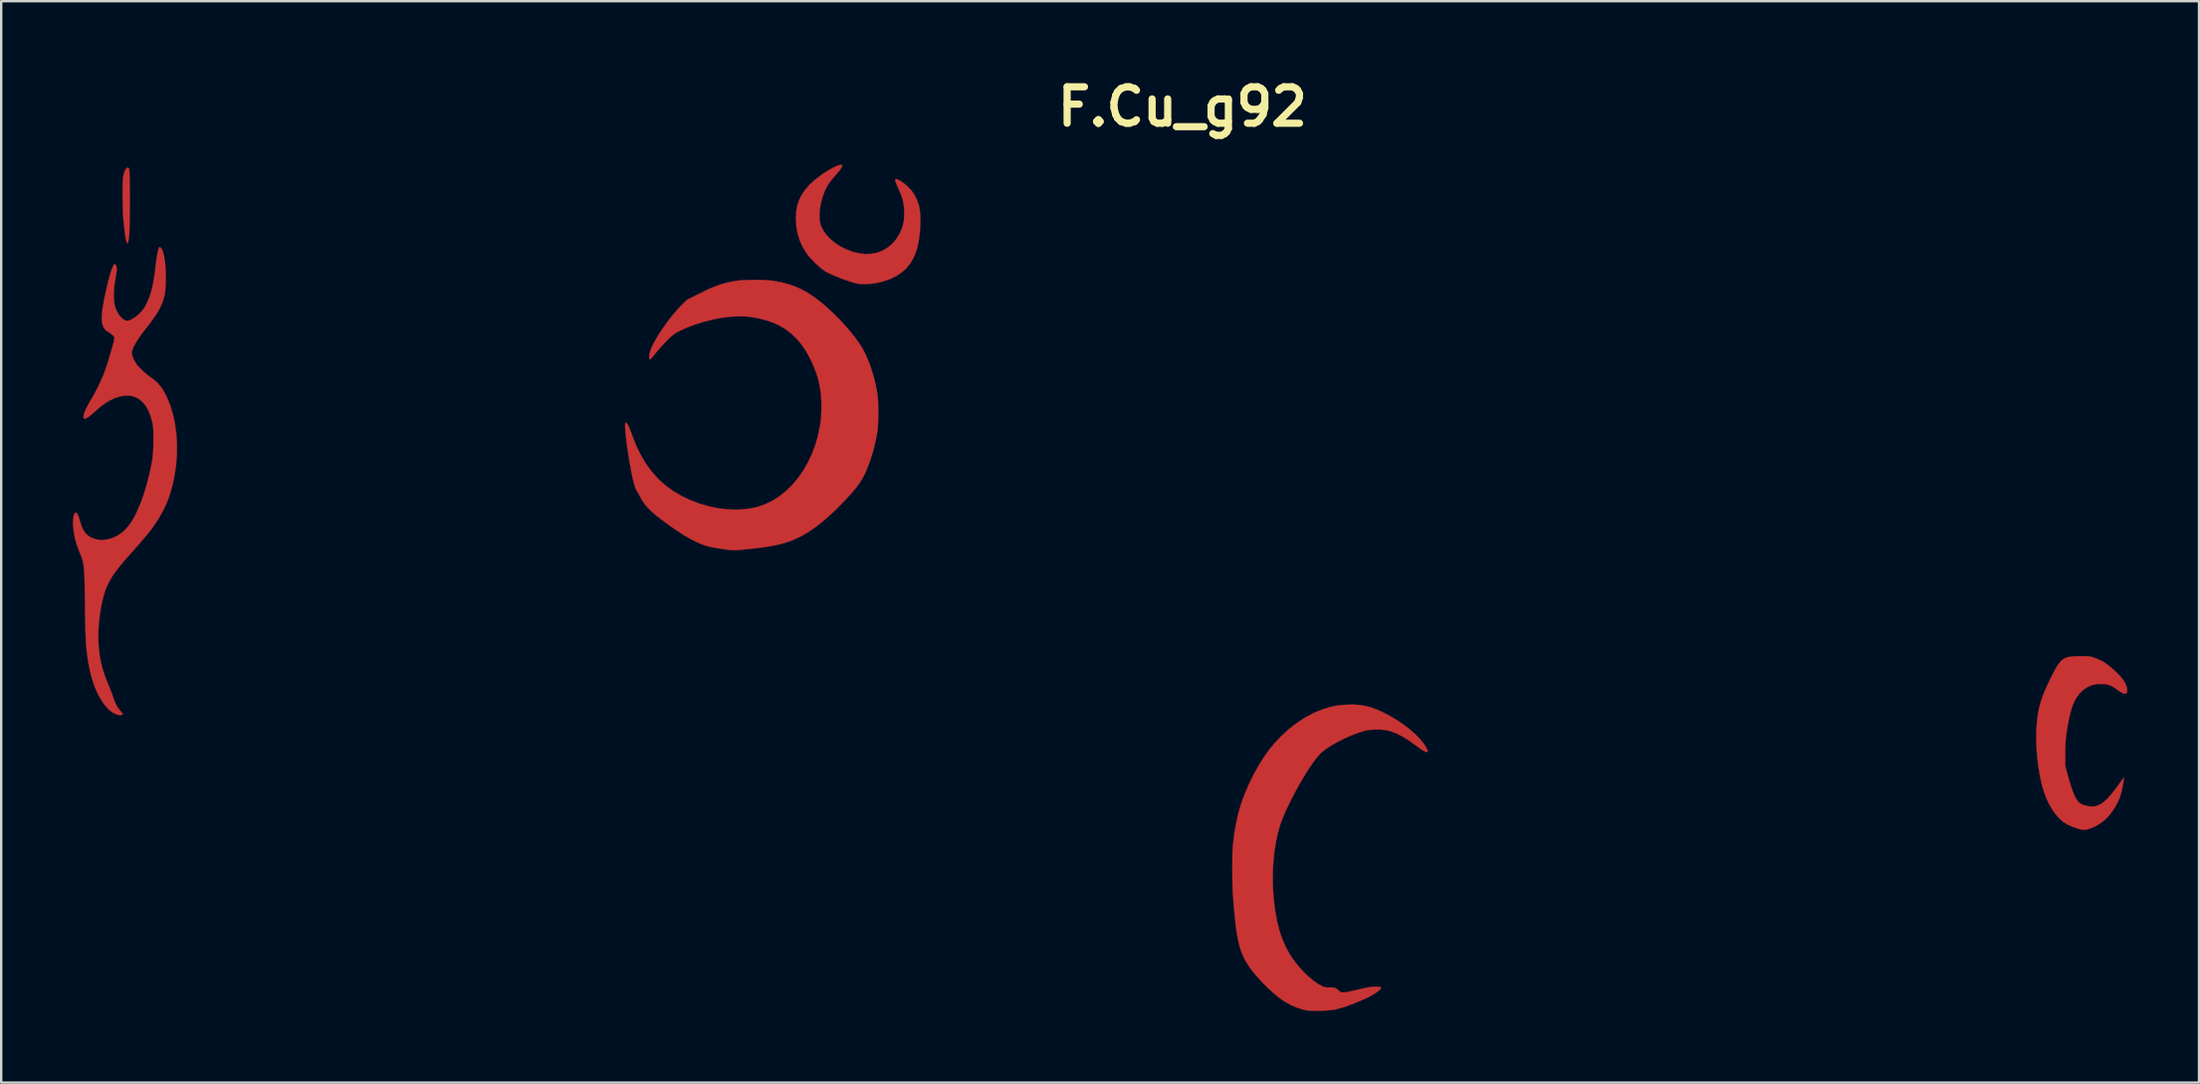
<source format=kicad_pcb>
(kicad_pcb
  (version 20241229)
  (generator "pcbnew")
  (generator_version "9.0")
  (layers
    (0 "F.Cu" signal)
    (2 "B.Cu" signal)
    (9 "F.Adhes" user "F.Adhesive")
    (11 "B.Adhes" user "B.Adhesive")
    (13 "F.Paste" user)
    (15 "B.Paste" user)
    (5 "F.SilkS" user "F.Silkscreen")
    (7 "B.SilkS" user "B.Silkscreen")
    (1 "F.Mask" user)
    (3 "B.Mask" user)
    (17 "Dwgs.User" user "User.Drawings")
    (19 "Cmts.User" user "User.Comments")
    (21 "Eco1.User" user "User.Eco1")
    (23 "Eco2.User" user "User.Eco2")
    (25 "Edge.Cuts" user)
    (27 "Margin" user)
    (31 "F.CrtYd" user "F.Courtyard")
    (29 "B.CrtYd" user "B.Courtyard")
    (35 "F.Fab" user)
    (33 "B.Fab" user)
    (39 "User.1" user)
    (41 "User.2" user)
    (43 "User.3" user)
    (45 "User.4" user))
  (footprint "F.Cu_g92"
    (layer "F.Cu")
    (at 46.438 1.418)
    (property "Reference" "F.Cu_g92" (at 0 0 0) (layer "F.SilkS") (effects (font (size 1.524 1.524) (thickness 0.3))))
    (attr through_hole)
    (fp_poly (pts (xy -44.12 2.551) (xy -44.087 2.592) (xy -44.085 2.597) (xy -44.079 2.631) (xy -44.074 2.704) (xy -44.069 2.81) (xy -44.065 2.945) (xy -44.062 3.105) (xy -44.06 3.285) (xy -44.058 3.48) (xy -44.057 3.688) (xy -44.056 3.901) (xy -44.057 4.118) (xy -44.058 4.332) (xy -44.059 4.541) (xy -44.062 4.738) (xy -44.065 4.92) (xy -44.068 5.083) (xy -44.073 5.221) (xy -44.078 5.331) (xy -44.084 5.408) (xy -44.086 5.429) (xy -44.106 5.559) (xy -44.124 5.649) (xy -44.14 5.701) (xy -44.156 5.717) (xy -44.173 5.698) (xy -44.193 5.647) (xy -44.206 5.604) (xy -44.225 5.519) (xy -44.246 5.393) (xy -44.268 5.23) (xy -44.291 5.03) (xy -44.315 4.796) (xy -44.327 4.667) (xy -44.334 4.564) (xy -44.341 4.427) (xy -44.346 4.263) (xy -44.351 4.082) (xy -44.353 3.891) (xy -44.355 3.698) (xy -44.355 3.694) (xy -44.354 3.498) (xy -44.353 3.339) (xy -44.351 3.212) (xy -44.348 3.111) (xy -44.343 3.03) (xy -44.337 2.964) (xy -44.328 2.908) (xy -44.317 2.856) (xy -44.317 2.854) (xy -44.283 2.736) (xy -44.243 2.644) (xy -44.201 2.581) (xy -44.159 2.548) (xy -44.12 2.551)) (stroke (width 0.01) (type solid)) (fill yes) (layer "F.Cu"))
    (fp_poly (pts (xy -14.249 2.44) (xy -14.237 2.452) (xy -14.238 2.489) (xy -14.267 2.55) (xy -14.323 2.633) (xy -14.402 2.734) (xy -14.501 2.847) (xy -14.651 3.018) (xy -14.772 3.175) (xy -14.87 3.33) (xy -14.953 3.493) (xy -15.025 3.675) (xy -15.061 3.779) (xy -15.128 4.02) (xy -15.172 4.261) (xy -15.192 4.492) (xy -15.188 4.705) (xy -15.166 4.856) (xy -15.111 5.026) (xy -15.018 5.199) (xy -14.893 5.369) (xy -14.739 5.533) (xy -14.561 5.684) (xy -14.364 5.817) (xy -14.328 5.838) (xy -14.056 5.975) (xy -13.786 6.075) (xy -13.519 6.139) (xy -13.259 6.165) (xy -13.008 6.154) (xy -12.77 6.106) (xy -12.547 6.02) (xy -12.535 6.013) (xy -12.321 5.882) (xy -12.131 5.718) (xy -11.967 5.525) (xy -11.834 5.306) (xy -11.752 5.117) (xy -11.703 4.966) (xy -11.67 4.826) (xy -11.651 4.682) (xy -11.644 4.522) (xy -11.647 4.348) (xy -11.658 4.174) (xy -11.679 4.018) (xy -11.713 3.87) (xy -11.762 3.718) (xy -11.831 3.549) (xy -11.888 3.426) (xy -11.933 3.325) (xy -11.972 3.231) (xy -12.001 3.154) (xy -12.016 3.104) (xy -12.016 3.103) (xy -12.021 3.052) (xy -12.011 3.031) (xy -11.978 3.027) (xy -11.976 3.027) (xy -11.924 3.041) (xy -11.848 3.079) (xy -11.754 3.138) (xy -11.648 3.214) (xy -11.544 3.296) (xy -11.373 3.466) (xy -11.228 3.665) (xy -11.112 3.89) (xy -11.028 4.133) (xy -11.027 4.138) (xy -10.995 4.305) (xy -10.975 4.504) (xy -10.968 4.725) (xy -10.972 4.962) (xy -10.987 5.204) (xy -11.013 5.445) (xy -11.049 5.674) (xy -11.094 5.884) (xy -11.141 6.045) (xy -11.249 6.309) (xy -11.384 6.543) (xy -11.546 6.748) (xy -11.738 6.925) (xy -11.961 7.076) (xy -12.215 7.202) (xy -12.503 7.303) (xy -12.761 7.367) (xy -12.907 7.392) (xy -13.068 7.41) (xy -13.232 7.42) (xy -13.388 7.421) (xy -13.525 7.414) (xy -13.626 7.399) (xy -13.763 7.363) (xy -13.925 7.312) (xy -14.104 7.251) (xy -14.288 7.183) (xy -14.471 7.111) (xy -14.643 7.038) (xy -14.794 6.968) (xy -14.917 6.906) (xy -14.947 6.888) (xy -15.051 6.817) (xy -15.172 6.72) (xy -15.301 6.605) (xy -15.431 6.479) (xy -15.553 6.351) (xy -15.658 6.229) (xy -15.74 6.121) (xy -15.742 6.117) (xy -15.897 5.858) (xy -16.016 5.598) (xy -16.1 5.33) (xy -16.153 5.047) (xy -16.175 4.74) (xy -16.177 4.646) (xy -16.162 4.383) (xy -16.118 4.137) (xy -16.042 3.905) (xy -15.933 3.685) (xy -15.789 3.474) (xy -15.608 3.269) (xy -15.389 3.067) (xy -15.13 2.867) (xy -15.032 2.798) (xy -14.879 2.698) (xy -14.733 2.611) (xy -14.597 2.539) (xy -14.477 2.484) (xy -14.376 2.448) (xy -14.299 2.433) (xy -14.249 2.44)) (stroke (width 0.01) (type solid)) (fill yes) (layer "F.Cu"))
    (fp_poly (pts (xy 37.732 22.999) (xy 37.838 23) (xy 37.918 23.004) (xy 37.981 23.011) (xy 38.035 23.021) (xy 38.089 23.036) (xy 38.15 23.057) (xy 38.153 23.058) (xy 38.318 23.122) (xy 38.469 23.194) (xy 38.614 23.279) (xy 38.759 23.383) (xy 38.913 23.511) (xy 39.084 23.667) (xy 39.103 23.685) (xy 39.263 23.852) (xy 39.388 24.013) (xy 39.476 24.165) (xy 39.527 24.308) (xy 39.539 24.412) (xy 39.532 24.494) (xy 39.508 24.547) (xy 39.466 24.569) (xy 39.403 24.561) (xy 39.316 24.523) (xy 39.204 24.455) (xy 39.119 24.395) (xy 38.995 24.31) (xy 38.891 24.248) (xy 38.796 24.206) (xy 38.7 24.18) (xy 38.592 24.164) (xy 38.519 24.158) (xy 38.291 24.161) (xy 38.08 24.203) (xy 37.885 24.284) (xy 37.706 24.404) (xy 37.615 24.486) (xy 37.502 24.611) (xy 37.404 24.75) (xy 37.319 24.908) (xy 37.244 25.089) (xy 37.178 25.3) (xy 37.118 25.545) (xy 37.087 25.699) (xy 37.042 25.939) (xy 37.007 26.15) (xy 36.982 26.342) (xy 36.964 26.529) (xy 36.953 26.721) (xy 36.948 26.929) (xy 36.947 27.093) (xy 36.946 27.591) (xy 37.038 27.929) (xy 37.111 28.191) (xy 37.179 28.415) (xy 37.243 28.603) (xy 37.303 28.76) (xy 37.362 28.888) (xy 37.421 28.992) (xy 37.482 29.073) (xy 37.508 29.103) (xy 37.562 29.151) (xy 37.623 29.188) (xy 37.704 29.221) (xy 37.771 29.243) (xy 37.921 29.28) (xy 38.063 29.293) (xy 38.198 29.28) (xy 38.33 29.239) (xy 38.462 29.169) (xy 38.597 29.067) (xy 38.738 28.933) (xy 38.887 28.764) (xy 39.047 28.558) (xy 39.146 28.422) (xy 39.222 28.316) (xy 39.289 28.223) (xy 39.344 28.148) (xy 39.383 28.097) (xy 39.402 28.073) (xy 39.403 28.073) (xy 39.402 28.094) (xy 39.396 28.149) (xy 39.385 28.23) (xy 39.37 28.329) (xy 39.368 28.342) (xy 39.314 28.629) (xy 39.239 28.886) (xy 39.14 29.123) (xy 39.012 29.351) (xy 38.851 29.578) (xy 38.803 29.639) (xy 38.672 29.783) (xy 38.523 29.914) (xy 38.363 30.028) (xy 38.198 30.124) (xy 38.033 30.197) (xy 37.875 30.245) (xy 37.729 30.265) (xy 37.603 30.253) (xy 37.52 30.229) (xy 37.414 30.193) (xy 37.297 30.151) (xy 37.182 30.106) (xy 37.084 30.064) (xy 37.02 30.033) (xy 36.846 29.919) (xy 36.678 29.767) (xy 36.519 29.579) (xy 36.37 29.361) (xy 36.236 29.115) (xy 36.118 28.846) (xy 36.101 28.8) (xy 36.006 28.509) (xy 35.924 28.186) (xy 35.856 27.837) (xy 35.802 27.471) (xy 35.763 27.095) (xy 35.74 26.718) (xy 35.733 26.347) (xy 35.743 25.99) (xy 35.771 25.654) (xy 35.805 25.415) (xy 35.844 25.213) (xy 35.889 25.021) (xy 35.945 24.833) (xy 36.012 24.64) (xy 36.095 24.436) (xy 36.196 24.212) (xy 36.317 23.96) (xy 36.322 23.95) (xy 36.43 23.734) (xy 36.526 23.552) (xy 36.612 23.404) (xy 36.695 23.284) (xy 36.777 23.191) (xy 36.863 23.12) (xy 36.957 23.069) (xy 37.064 23.035) (xy 37.187 23.014) (xy 37.331 23.003) (xy 37.5 22.999) (xy 37.592 22.999) (xy 37.732 22.999)) (stroke (width 0.01) (type solid)) (fill yes) (layer "F.Cu"))
    (fp_poly (pts (xy 7.439 25.043) (xy 7.682 25.085) (xy 7.923 25.151) (xy 8.171 25.245) (xy 8.414 25.357) (xy 8.715 25.516) (xy 9.004 25.691) (xy 9.277 25.878) (xy 9.527 26.072) (xy 9.752 26.271) (xy 9.946 26.47) (xy 10.104 26.666) (xy 10.14 26.717) (xy 10.212 26.833) (xy 10.253 26.92) (xy 10.265 26.977) (xy 10.248 27.006) (xy 10.202 27.005) (xy 10.128 26.976) (xy 10.026 26.917) (xy 9.897 26.829) (xy 9.741 26.713) (xy 9.726 26.702) (xy 9.48 26.524) (xy 9.231 26.371) (xy 8.986 26.245) (xy 8.751 26.151) (xy 8.636 26.116) (xy 8.477 26.085) (xy 8.291 26.067) (xy 8.094 26.064) (xy 7.9 26.073) (xy 7.721 26.097) (xy 7.631 26.117) (xy 7.409 26.184) (xy 7.172 26.27) (xy 6.928 26.372) (xy 6.685 26.487) (xy 6.449 26.609) (xy 6.229 26.736) (xy 6.032 26.864) (xy 5.865 26.988) (xy 5.803 27.041) (xy 5.704 27.143) (xy 5.591 27.279) (xy 5.467 27.446) (xy 5.334 27.639) (xy 5.196 27.853) (xy 5.055 28.084) (xy 4.913 28.327) (xy 4.772 28.579) (xy 4.636 28.834) (xy 4.507 29.089) (xy 4.386 29.338) (xy 4.278 29.577) (xy 4.184 29.802) (xy 4.107 30.008) (xy 4.076 30.101) (xy 3.985 30.428) (xy 3.91 30.787) (xy 3.85 31.17) (xy 3.808 31.57) (xy 3.784 31.977) (xy 3.779 32.386) (xy 3.788 32.703) (xy 3.824 33.194) (xy 3.88 33.65) (xy 3.957 34.072) (xy 4.054 34.461) (xy 4.173 34.819) (xy 4.314 35.147) (xy 4.477 35.448) (xy 4.561 35.579) (xy 4.725 35.807) (xy 4.905 36.026) (xy 5.094 36.231) (xy 5.288 36.417) (xy 5.481 36.577) (xy 5.667 36.708) (xy 5.814 36.791) (xy 5.886 36.825) (xy 5.946 36.846) (xy 6.007 36.857) (xy 6.085 36.861) (xy 6.159 36.862) (xy 6.271 36.865) (xy 6.353 36.875) (xy 6.417 36.896) (xy 6.475 36.933) (xy 6.54 36.99) (xy 6.547 36.996) (xy 6.594 37.039) (xy 6.634 37.061) (xy 6.683 37.069) (xy 6.757 37.069) (xy 6.758 37.069) (xy 6.825 37.062) (xy 6.922 37.047) (xy 7.038 37.024) (xy 7.163 36.996) (xy 7.228 36.981) (xy 7.433 36.931) (xy 7.604 36.893) (xy 7.747 36.864) (xy 7.867 36.845) (xy 7.972 36.833) (xy 8.067 36.828) (xy 8.084 36.828) (xy 8.199 36.83) (xy 8.274 36.841) (xy 8.312 36.861) (xy 8.313 36.893) (xy 8.282 36.939) (xy 8.25 36.972) (xy 8.157 37.047) (xy 8.029 37.129) (xy 7.872 37.218) (xy 7.693 37.309) (xy 7.496 37.4) (xy 7.289 37.488) (xy 7.077 37.572) (xy 6.867 37.648) (xy 6.664 37.713) (xy 6.475 37.765) (xy 6.385 37.786) (xy 6.284 37.802) (xy 6.152 37.816) (xy 5.997 37.827) (xy 5.831 37.834) (xy 5.663 37.839) (xy 5.504 37.839) (xy 5.363 37.835) (xy 5.25 37.827) (xy 5.228 37.824) (xy 5.014 37.779) (xy 4.785 37.704) (xy 4.551 37.602) (xy 4.323 37.479) (xy 4.198 37.399) (xy 4.014 37.264) (xy 3.816 37.1) (xy 3.611 36.914) (xy 3.407 36.713) (xy 3.211 36.505) (xy 3.029 36.296) (xy 2.87 36.095) (xy 2.77 35.954) (xy 2.685 35.822) (xy 2.609 35.689) (xy 2.541 35.552) (xy 2.48 35.408) (xy 2.426 35.253) (xy 2.377 35.084) (xy 2.333 34.899) (xy 2.294 34.693) (xy 2.257 34.463) (xy 2.224 34.206) (xy 2.193 33.919) (xy 2.163 33.598) (xy 2.133 33.241) (xy 2.113 32.978) (xy 2.105 32.835) (xy 2.098 32.663) (xy 2.093 32.468) (xy 2.09 32.258) (xy 2.088 32.04) (xy 2.087 31.819) (xy 2.089 31.605) (xy 2.092 31.402) (xy 2.096 31.22) (xy 2.102 31.063) (xy 2.11 30.94) (xy 2.113 30.914) (xy 2.169 30.444) (xy 2.243 30.006) (xy 2.336 29.591) (xy 2.452 29.191) (xy 2.592 28.8) (xy 2.759 28.408) (xy 2.834 28.247) (xy 3.027 27.866) (xy 3.221 27.521) (xy 3.421 27.206) (xy 3.629 26.916) (xy 3.852 26.645) (xy 4.092 26.386) (xy 4.147 26.331) (xy 4.466 26.039) (xy 4.802 25.78) (xy 5.151 25.555) (xy 5.51 25.367) (xy 5.875 25.219) (xy 5.927 25.201) (xy 6.17 25.128) (xy 6.399 25.076) (xy 6.631 25.044) (xy 6.884 25.026) (xy 6.9 25.026) (xy 7.182 25.024) (xy 7.439 25.043)) (stroke (width 0.01) (type solid)) (fill yes) (layer "F.Cu"))
    (fp_poly (pts (xy -17.593 7.251) (xy -17.407 7.26) (xy -17.243 7.272) (xy -17.113 7.288) (xy -16.778 7.352) (xy -16.476 7.431) (xy -16.197 7.528) (xy -15.934 7.646) (xy -15.678 7.789) (xy -15.42 7.96) (xy -15.325 8.03) (xy -15.074 8.228) (xy -14.819 8.45) (xy -14.565 8.688) (xy -14.318 8.938) (xy -14.083 9.194) (xy -13.864 9.451) (xy -13.668 9.702) (xy -13.498 9.942) (xy -13.383 10.128) (xy -13.262 10.362) (xy -13.146 10.629) (xy -13.038 10.922) (xy -12.941 11.231) (xy -12.859 11.548) (xy -12.793 11.864) (xy -12.77 12.002) (xy -12.754 12.136) (xy -12.742 12.303) (xy -12.734 12.494) (xy -12.73 12.699) (xy -12.73 12.908) (xy -12.734 13.113) (xy -12.742 13.304) (xy -12.754 13.472) (xy -12.77 13.607) (xy -12.77 13.61) (xy -12.842 13.996) (xy -12.938 14.385) (xy -13.054 14.764) (xy -13.186 15.12) (xy -13.239 15.245) (xy -13.31 15.399) (xy -13.384 15.54) (xy -13.464 15.675) (xy -13.554 15.809) (xy -13.659 15.948) (xy -13.784 16.098) (xy -13.931 16.264) (xy -14.093 16.44) (xy -14.433 16.79) (xy -14.761 17.102) (xy -15.077 17.376) (xy -15.384 17.613) (xy -15.682 17.815) (xy -15.974 17.983) (xy -16.26 18.117) (xy -16.31 18.137) (xy -16.487 18.203) (xy -16.669 18.261) (xy -16.861 18.313) (xy -17.069 18.36) (xy -17.296 18.402) (xy -17.548 18.441) (xy -17.83 18.477) (xy -18.147 18.511) (xy -18.35 18.531) (xy -18.509 18.545) (xy -18.638 18.554) (xy -18.749 18.558) (xy -18.852 18.557) (xy -18.957 18.549) (xy -19.077 18.535) (xy -19.221 18.515) (xy -19.315 18.5) (xy -19.498 18.471) (xy -19.648 18.444) (xy -19.775 18.418) (xy -19.887 18.389) (xy -19.995 18.356) (xy -20.108 18.316) (xy -20.161 18.296) (xy -20.383 18.199) (xy -20.63 18.069) (xy -20.903 17.907) (xy -21.201 17.713) (xy -21.523 17.487) (xy -21.791 17.289) (xy -21.991 17.134) (xy -22.159 16.993) (xy -22.301 16.863) (xy -22.42 16.736) (xy -22.523 16.607) (xy -22.614 16.471) (xy -22.699 16.323) (xy -22.733 16.256) (xy -22.773 16.179) (xy -22.813 16.112) (xy -22.842 16.068) (xy -22.877 16.005) (xy -22.915 15.901) (xy -22.957 15.758) (xy -23.002 15.578) (xy -23.048 15.363) (xy -23.097 15.113) (xy -23.135 14.901) (xy -23.173 14.674) (xy -23.208 14.449) (xy -23.239 14.231) (xy -23.266 14.022) (xy -23.289 13.829) (xy -23.307 13.656) (xy -23.319 13.506) (xy -23.326 13.384) (xy -23.326 13.294) (xy -23.319 13.242) (xy -23.318 13.24) (xy -23.297 13.217) (xy -23.265 13.235) (xy -23.225 13.29) (xy -23.177 13.381) (xy -23.121 13.508) (xy -23.06 13.667) (xy -23.019 13.78) (xy -22.853 14.203) (xy -22.659 14.597) (xy -22.439 14.96) (xy -22.195 15.291) (xy -21.925 15.59) (xy -21.632 15.854) (xy -21.316 16.084) (xy -21.299 16.094) (xy -20.947 16.298) (xy -20.58 16.472) (xy -20.201 16.616) (xy -19.816 16.727) (xy -19.428 16.807) (xy -19.042 16.853) (xy -18.662 16.865) (xy -18.293 16.843) (xy -17.938 16.785) (xy -17.765 16.742) (xy -17.45 16.632) (xy -17.147 16.483) (xy -16.858 16.298) (xy -16.585 16.078) (xy -16.329 15.827) (xy -16.093 15.547) (xy -15.877 15.24) (xy -15.684 14.907) (xy -15.515 14.553) (xy -15.372 14.178) (xy -15.257 13.785) (xy -15.171 13.377) (xy -15.144 13.197) (xy -15.126 13.021) (xy -15.114 12.818) (xy -15.109 12.602) (xy -15.111 12.385) (xy -15.12 12.179) (xy -15.135 11.998) (xy -15.142 11.938) (xy -15.193 11.638) (xy -15.257 11.364) (xy -15.34 11.101) (xy -15.445 10.836) (xy -15.547 10.615) (xy -15.678 10.362) (xy -15.809 10.143) (xy -15.946 9.948) (xy -16.095 9.768) (xy -16.161 9.697) (xy -16.38 9.488) (xy -16.612 9.311) (xy -16.862 9.16) (xy -17.136 9.035) (xy -17.44 8.932) (xy -17.719 8.861) (xy -18.014 8.806) (xy -18.305 8.776) (xy -18.603 8.77) (xy -18.918 8.788) (xy -19.239 8.826) (xy -19.518 8.875) (xy -19.808 8.941) (xy -20.1 9.02) (xy -20.386 9.111) (xy -20.657 9.21) (xy -20.906 9.315) (xy -21.124 9.423) (xy -21.195 9.464) (xy -21.307 9.541) (xy -21.438 9.652) (xy -21.586 9.794) (xy -21.748 9.966) (xy -21.923 10.164) (xy -22.023 10.282) (xy -22.102 10.377) (xy -22.173 10.46) (xy -22.231 10.525) (xy -22.271 10.568) (xy -22.289 10.583) (xy -22.306 10.564) (xy -22.314 10.513) (xy -22.314 10.44) (xy -22.305 10.354) (xy -22.297 10.311) (xy -22.259 10.183) (xy -22.194 10.029) (xy -22.107 9.856) (xy -22 9.666) (xy -21.876 9.465) (xy -21.738 9.259) (xy -21.591 9.052) (xy -21.437 8.848) (xy -21.279 8.653) (xy -21.121 8.472) (xy -20.966 8.308) (xy -20.944 8.287) (xy -20.729 8.075) (xy -20.212 7.818) (xy -19.976 7.702) (xy -19.769 7.606) (xy -19.582 7.527) (xy -19.407 7.462) (xy -19.237 7.409) (xy -19.064 7.363) (xy -18.88 7.324) (xy -18.68 7.288) (xy -18.549 7.272) (xy -18.386 7.26) (xy -18.2 7.252) (xy -17.999 7.247) (xy -17.794 7.247) (xy -17.593 7.251)) (stroke (width 0.01) (type solid)) (fill yes) (layer "F.Cu"))
    (fp_poly (pts (xy -42.776 5.885) (xy -42.727 5.934) (xy -42.683 6.023) (xy -42.643 6.153) (xy -42.609 6.321) (xy -42.581 6.528) (xy -42.564 6.689) (xy -42.555 6.836) (xy -42.55 7.003) (xy -42.55 7.181) (xy -42.553 7.359) (xy -42.56 7.529) (xy -42.571 7.681) (xy -42.586 7.806) (xy -42.595 7.863) (xy -42.636 8.027) (xy -42.689 8.188) (xy -42.759 8.351) (xy -42.847 8.52) (xy -42.956 8.7) (xy -43.089 8.895) (xy -43.247 9.109) (xy -43.432 9.345) (xy -43.602 9.568) (xy -43.748 9.783) (xy -43.865 9.983) (xy -43.891 10.033) (xy -43.943 10.15) (xy -43.969 10.251) (xy -43.969 10.349) (xy -43.942 10.454) (xy -43.889 10.578) (xy -43.879 10.597) (xy -43.832 10.685) (xy -43.782 10.763) (xy -43.721 10.84) (xy -43.64 10.928) (xy -43.585 10.985) (xy -43.486 11.08) (xy -43.376 11.176) (xy -43.268 11.263) (xy -43.191 11.319) (xy -43.021 11.445) (xy -42.876 11.578) (xy -42.749 11.729) (xy -42.634 11.903) (xy -42.525 12.111) (xy -42.504 12.153) (xy -42.362 12.501) (xy -42.249 12.876) (xy -42.164 13.272) (xy -42.109 13.686) (xy -42.083 14.113) (xy -42.086 14.548) (xy -42.118 14.986) (xy -42.18 15.424) (xy -42.272 15.855) (xy -42.394 16.277) (xy -42.398 16.291) (xy -42.507 16.577) (xy -42.648 16.875) (xy -42.814 17.176) (xy -43.002 17.471) (xy -43.155 17.685) (xy -43.265 17.826) (xy -43.402 17.993) (xy -43.562 18.181) (xy -43.74 18.386) (xy -43.934 18.604) (xy -43.983 18.658) (xy -44.196 18.898) (xy -44.38 19.113) (xy -44.538 19.308) (xy -44.672 19.487) (xy -44.786 19.653) (xy -44.883 19.812) (xy -44.964 19.967) (xy -45.033 20.122) (xy -45.093 20.281) (xy -45.093 20.282) (xy -45.163 20.515) (xy -45.226 20.78) (xy -45.279 21.067) (xy -45.322 21.366) (xy -45.354 21.666) (xy -45.372 21.959) (xy -45.376 22.233) (xy -45.373 22.341) (xy -45.352 22.669) (xy -45.316 22.97) (xy -45.263 23.255) (xy -45.191 23.537) (xy -45.096 23.826) (xy -44.976 24.133) (xy -44.95 24.195) (xy -44.896 24.327) (xy -44.841 24.466) (xy -44.791 24.598) (xy -44.75 24.712) (xy -44.738 24.749) (xy -44.688 24.892) (xy -44.64 25.006) (xy -44.585 25.105) (xy -44.517 25.202) (xy -44.451 25.283) (xy -44.4 25.344) (xy -44.363 25.393) (xy -44.345 25.421) (xy -44.344 25.423) (xy -44.363 25.439) (xy -44.407 25.454) (xy -44.463 25.462) (xy -44.482 25.463) (xy -44.526 25.456) (xy -44.591 25.438) (xy -44.632 25.425) (xy -44.78 25.352) (xy -44.927 25.238) (xy -45.072 25.083) (xy -45.214 24.887) (xy -45.352 24.652) (xy -45.399 24.561) (xy -45.524 24.277) (xy -45.633 23.956) (xy -45.725 23.6) (xy -45.8 23.212) (xy -45.815 23.113) (xy -45.834 22.984) (xy -45.85 22.857) (xy -45.865 22.73) (xy -45.877 22.599) (xy -45.888 22.458) (xy -45.897 22.305) (xy -45.904 22.134) (xy -45.911 21.942) (xy -45.917 21.726) (xy -45.922 21.479) (xy -45.927 21.2) (xy -45.931 20.883) (xy -45.932 20.817) (xy -45.936 20.509) (xy -45.94 20.24) (xy -45.944 20.006) (xy -45.949 19.804) (xy -45.955 19.629) (xy -45.963 19.48) (xy -45.972 19.351) (xy -45.983 19.239) (xy -45.997 19.142) (xy -46.014 19.054) (xy -46.034 18.973) (xy -46.058 18.896) (xy -46.086 18.818) (xy -46.119 18.735) (xy -46.156 18.646) (xy -46.163 18.629) (xy -46.27 18.345) (xy -46.349 18.066) (xy -46.402 17.779) (xy -46.429 17.526) (xy -46.434 17.395) (xy -46.427 17.273) (xy -46.412 17.165) (xy -46.389 17.078) (xy -46.359 17.017) (xy -46.325 16.988) (xy -46.301 16.99) (xy -46.262 17.025) (xy -46.22 17.103) (xy -46.176 17.223) (xy -46.136 17.361) (xy -46.072 17.563) (xy -45.995 17.727) (xy -45.902 17.858) (xy -45.79 17.961) (xy -45.671 18.034) (xy -45.487 18.101) (xy -45.291 18.132) (xy -45.089 18.126) (xy -44.885 18.084) (xy -44.685 18.01) (xy -44.492 17.903) (xy -44.313 17.766) (xy -44.151 17.599) (xy -44.135 17.58) (xy -43.993 17.383) (xy -43.855 17.147) (xy -43.722 16.876) (xy -43.595 16.573) (xy -43.476 16.241) (xy -43.366 15.883) (xy -43.298 15.631) (xy -43.234 15.372) (xy -43.183 15.143) (xy -43.142 14.938) (xy -43.111 14.747) (xy -43.09 14.563) (xy -43.075 14.375) (xy -43.067 14.177) (xy -43.065 13.959) (xy -43.065 13.938) (xy -43.065 13.771) (xy -43.067 13.638) (xy -43.07 13.532) (xy -43.075 13.446) (xy -43.083 13.372) (xy -43.094 13.301) (xy -43.109 13.227) (xy -43.112 13.212) (xy -43.185 12.944) (xy -43.278 12.712) (xy -43.39 12.515) (xy -43.521 12.355) (xy -43.67 12.231) (xy -43.836 12.145) (xy -44.018 12.096) (xy -44.216 12.086) (xy -44.429 12.116) (xy -44.473 12.127) (xy -44.677 12.192) (xy -44.876 12.283) (xy -45.076 12.402) (xy -45.281 12.554) (xy -45.498 12.741) (xy -45.508 12.75) (xy -45.647 12.875) (xy -45.762 12.966) (xy -45.852 13.026) (xy -45.919 13.054) (xy -45.965 13.051) (xy -45.989 13.018) (xy -45.995 12.971) (xy -45.983 12.899) (xy -45.95 12.798) (xy -45.898 12.675) (xy -45.831 12.535) (xy -45.75 12.384) (xy -45.705 12.305) (xy -45.605 12.134) (xy -45.523 11.989) (xy -45.454 11.861) (xy -45.392 11.74) (xy -45.333 11.617) (xy -45.271 11.481) (xy -45.258 11.451) (xy -45.204 11.327) (xy -45.156 11.212) (xy -45.113 11.101) (xy -45.071 10.986) (xy -45.028 10.86) (xy -44.982 10.718) (xy -44.931 10.551) (xy -44.873 10.354) (xy -44.842 10.248) (xy -44.792 10.075) (xy -44.753 9.938) (xy -44.726 9.833) (xy -44.708 9.755) (xy -44.699 9.701) (xy -44.698 9.665) (xy -44.701 9.648) (xy -44.743 9.585) (xy -44.823 9.514) (xy -44.938 9.436) (xy -44.979 9.412) (xy -45.065 9.349) (xy -45.133 9.269) (xy -45.182 9.169) (xy -45.213 9.045) (xy -45.227 8.896) (xy -45.223 8.718) (xy -45.203 8.509) (xy -45.165 8.265) (xy -45.126 8.054) (xy -45.068 7.776) (xy -45.011 7.522) (xy -44.956 7.293) (xy -44.902 7.092) (xy -44.851 6.921) (xy -44.804 6.783) (xy -44.76 6.679) (xy -44.721 6.612) (xy -44.688 6.584) (xy -44.683 6.583) (xy -44.661 6.6) (xy -44.633 6.643) (xy -44.625 6.658) (xy -44.612 6.695) (xy -44.604 6.741) (xy -44.603 6.802) (xy -44.609 6.883) (xy -44.623 6.988) (xy -44.644 7.123) (xy -44.673 7.293) (xy -44.682 7.342) (xy -44.705 7.505) (xy -44.719 7.683) (xy -44.725 7.864) (xy -44.721 8.037) (xy -44.709 8.189) (xy -44.695 8.28) (xy -44.652 8.427) (xy -44.593 8.566) (xy -44.519 8.691) (xy -44.436 8.798) (xy -44.348 8.882) (xy -44.259 8.938) (xy -44.172 8.961) (xy -44.117 8.955) (xy -43.975 8.897) (xy -43.829 8.808) (xy -43.687 8.694) (xy -43.559 8.564) (xy -43.454 8.425) (xy -43.437 8.398) (xy -43.338 8.212) (xy -43.251 8.011) (xy -43.176 7.79) (xy -43.112 7.546) (xy -43.057 7.272) (xy -43.01 6.965) (xy -42.979 6.699) (xy -42.959 6.532) (xy -42.936 6.369) (xy -42.911 6.218) (xy -42.887 6.087) (xy -42.863 5.983) (xy -42.843 5.921) (xy -42.823 5.881) (xy -42.799 5.875) (xy -42.776 5.885)) (stroke (width 0.01) (type solid)) (fill yes) (layer "F.Cu")))
  (gr_rect
    (start -3 -3)
    (end 88.983 42.262)
    (stroke (width 0.1) (type default))
    (fill no)
    (layer "Edge.Cuts")))
</source>
